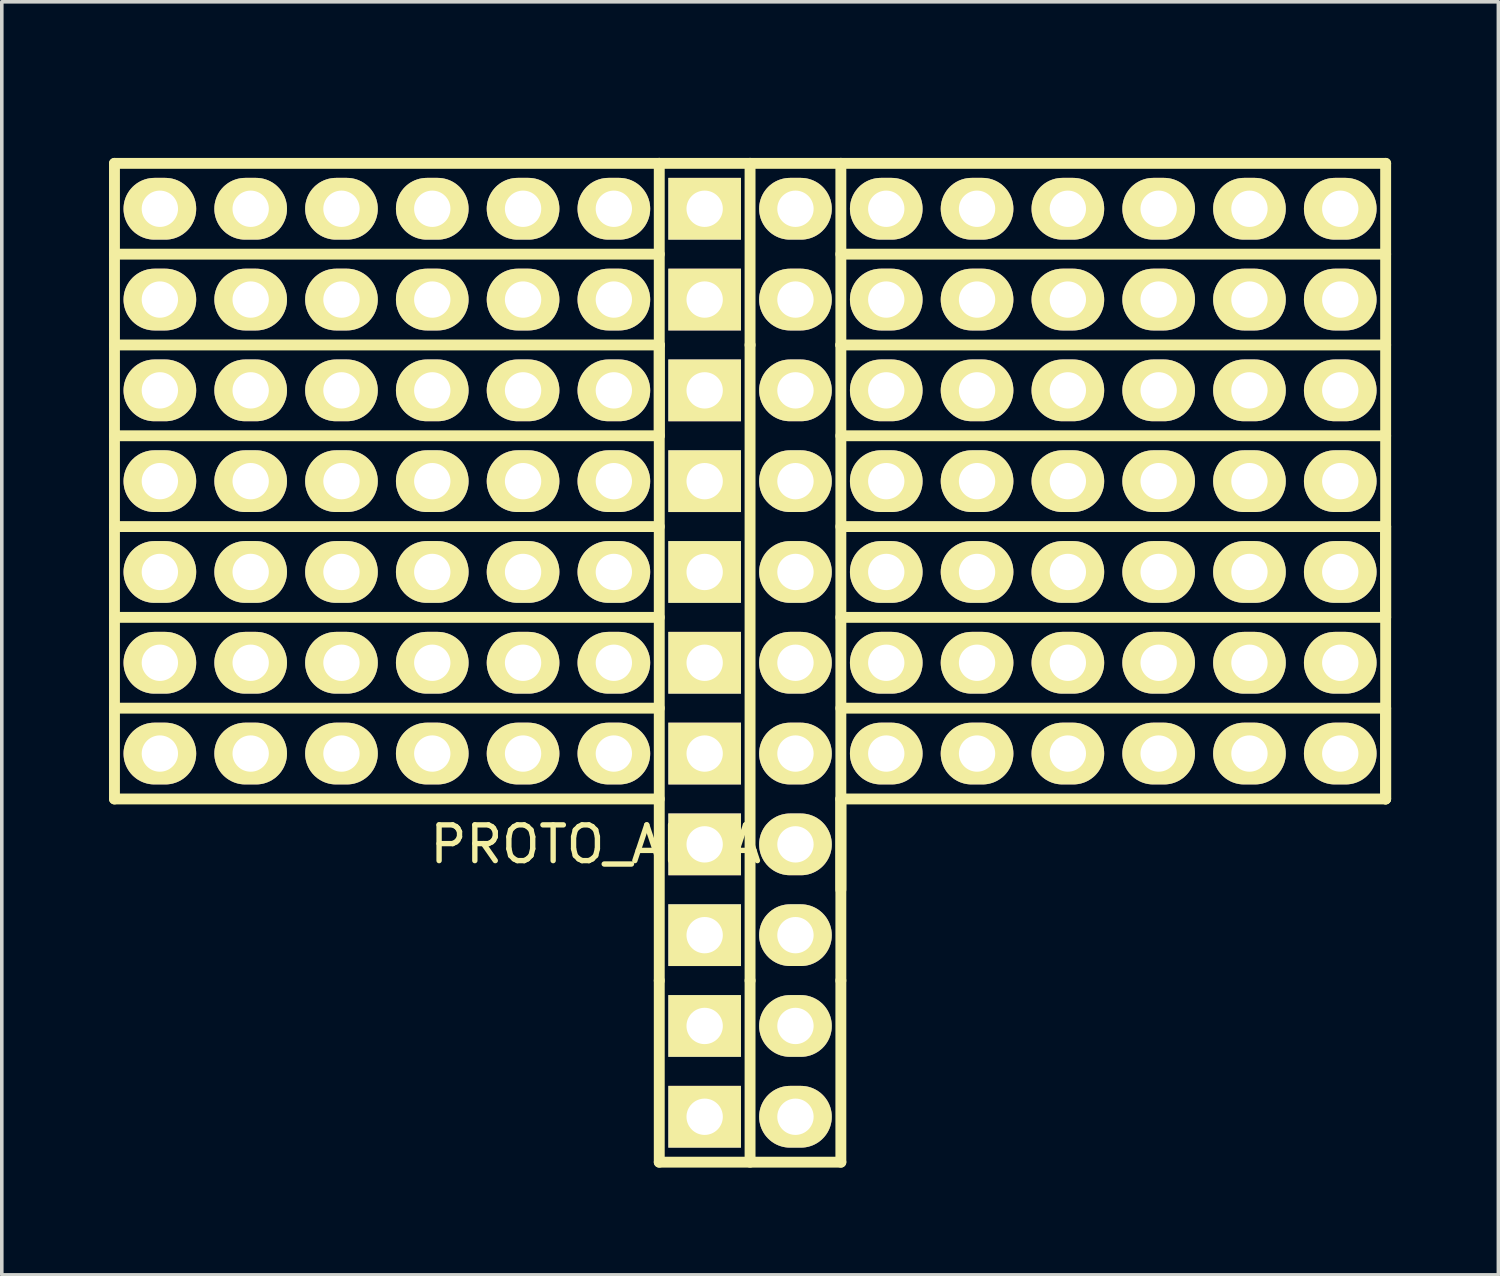
<source format=kicad_pcb>
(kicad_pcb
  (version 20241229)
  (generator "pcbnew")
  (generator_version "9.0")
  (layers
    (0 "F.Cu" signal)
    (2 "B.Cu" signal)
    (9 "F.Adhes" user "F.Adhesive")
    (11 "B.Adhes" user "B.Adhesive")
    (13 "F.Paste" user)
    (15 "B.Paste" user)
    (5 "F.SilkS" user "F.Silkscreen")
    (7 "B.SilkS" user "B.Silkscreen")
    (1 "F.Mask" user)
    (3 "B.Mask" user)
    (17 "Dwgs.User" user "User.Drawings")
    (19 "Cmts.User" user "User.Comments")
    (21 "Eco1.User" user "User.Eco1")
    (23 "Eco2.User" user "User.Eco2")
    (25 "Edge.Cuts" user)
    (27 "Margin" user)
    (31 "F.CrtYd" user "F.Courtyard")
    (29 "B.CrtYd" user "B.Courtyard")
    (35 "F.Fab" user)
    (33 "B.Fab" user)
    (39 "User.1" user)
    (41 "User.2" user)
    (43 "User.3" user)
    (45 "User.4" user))
  (footprint "PROTO_AREA"
    (layer "F.Cu")
    (at 14.122 0.25)
    (property "Reference" "PROTO_AREA" (at -0.508 20.32 0) (layer "F.SilkS") (effects (font (size 1 1) (thickness 0.15))))
    (attr through_hole)
    (fp_line (start -13.97 1.27) (end -13.97 19.05) (stroke (width 0.305) (type solid)) (layer "F.SilkS"))
    (fp_line (start -13.97 1.27) (end 1.27 1.27) (stroke (width 0.305) (type solid)) (layer "F.SilkS"))
    (fp_line (start -13.97 19.05) (end 1.27 19.05) (stroke (width 0.305) (type solid)) (layer "F.SilkS"))
    (fp_line (start 1.27 1.27) (end 3.81 1.27) (stroke (width 0.305) (type solid)) (layer "F.SilkS"))
    (fp_line (start 1.27 3.81) (end -13.97 3.81) (stroke (width 0.305) (type solid)) (layer "F.SilkS"))
    (fp_line (start 1.27 6.35) (end -13.97 6.35) (stroke (width 0.305) (type solid)) (layer "F.SilkS"))
    (fp_line (start 1.27 6.35) (end 1.27 1.27) (stroke (width 0.305) (type solid)) (layer "F.SilkS"))
    (fp_line (start 1.27 6.35) (end 1.27 8.89) (stroke (width 0.305) (type solid)) (layer "F.SilkS"))
    (fp_line (start 1.27 8.89) (end -13.97 8.89) (stroke (width 0.305) (type solid)) (layer "F.SilkS"))
    (fp_line (start 1.27 11.43) (end -13.97 11.43) (stroke (width 0.305) (type solid)) (layer "F.SilkS"))
    (fp_line (start 1.27 13.97) (end -13.97 13.97) (stroke (width 0.305) (type solid)) (layer "F.SilkS"))
    (fp_line (start 1.27 16.51) (end -13.97 16.51) (stroke (width 0.305) (type solid)) (layer "F.SilkS"))
    (fp_line (start 1.27 24.13) (end 1.27 6.35) (stroke (width 0.305) (type solid)) (layer "F.SilkS"))
    (fp_line (start 1.27 24.13) (end 1.27 29.21) (stroke (width 0.305) (type solid)) (layer "F.SilkS"))
    (fp_line (start 1.27 29.21) (end 6.35 29.21) (stroke (width 0.305) (type solid)) (layer "F.SilkS"))
    (fp_line (start 3.81 1.27) (end 6.35 1.27) (stroke (width 0.305) (type solid)) (layer "F.SilkS"))
    (fp_line (start 3.81 6.35) (end 3.81 1.27) (stroke (width 0.305) (type solid)) (layer "F.SilkS"))
    (fp_line (start 3.81 6.35) (end 3.81 24.13) (stroke (width 0.305) (type solid)) (layer "F.SilkS"))
    (fp_line (start 3.81 24.13) (end 3.81 29.21) (stroke (width 0.305) (type solid)) (layer "F.SilkS"))
    (fp_line (start 6.35 1.27) (end 6.35 6.35) (stroke (width 0.305) (type solid)) (layer "F.SilkS"))
    (fp_line (start 6.35 1.27) (end 21.59 1.27) (stroke (width 0.305) (type solid)) (layer "F.SilkS"))
    (fp_line (start 6.35 3.81) (end 21.59 3.81) (stroke (width 0.305) (type solid)) (layer "F.SilkS"))
    (fp_line (start 6.35 6.35) (end 6.35 24.13) (stroke (width 0.305) (type solid)) (layer "F.SilkS"))
    (fp_line (start 6.35 6.35) (end 21.59 6.35) (stroke (width 0.305) (type solid)) (layer "F.SilkS"))
    (fp_line (start 6.35 8.89) (end 21.59 8.89) (stroke (width 0.305) (type solid)) (layer "F.SilkS"))
    (fp_line (start 6.35 13.97) (end 21.59 13.97) (stroke (width 0.305) (type solid)) (layer "F.SilkS"))
    (fp_line (start 6.35 19.05) (end 21.59 19.05) (stroke (width 0.305) (type solid)) (layer "F.SilkS"))
    (fp_line (start 6.35 21.59) (end 6.35 19.05) (stroke (width 0.305) (type solid)) (layer "F.SilkS"))
    (fp_line (start 6.35 29.21) (end 6.35 24.13) (stroke (width 0.305) (type solid)) (layer "F.SilkS"))
    (fp_line (start 21.59 11.43) (end 6.35 11.43) (stroke (width 0.305) (type solid)) (layer "F.SilkS"))
    (fp_line (start 21.59 13.97) (end 21.59 11.43) (stroke (width 0.305) (type solid)) (layer "F.SilkS"))
    (fp_line (start 21.59 16.51) (end 6.35 16.51) (stroke (width 0.305) (type solid)) (layer "F.SilkS"))
    (fp_line (start 21.59 19.05) (end 21.59 1.27) (stroke (width 0.305) (type solid)) (layer "F.SilkS"))
    (fp_line (start 21.59 19.05) (end 21.59 16.51) (stroke (width 0.305) (type solid)) (layer "F.SilkS"))
    (pad "1" thru_hole rect (at 2.54 2.54) (size 2.032 1.727) (drill 1.016) (layers "*.Cu" "*.Mask" "F.SilkS"))
    (pad "1" thru_hole rect (at 2.54 5.08) (size 2.032 1.727) (drill 1.016) (layers "*.Cu" "*.Mask" "F.SilkS"))
    (pad "1" thru_hole rect (at 2.54 7.62) (size 2.032 1.727) (drill 1.016) (layers "*.Cu" "*.Mask" "F.SilkS"))
    (pad "1" thru_hole rect (at 2.54 10.16) (size 2.032 1.727) (drill 1.016) (layers "*.Cu" "*.Mask" "F.SilkS"))
    (pad "1" thru_hole rect (at 2.54 12.7) (size 2.032 1.727) (drill 1.016) (layers "*.Cu" "*.Mask" "F.SilkS"))
    (pad "1" thru_hole rect (at 2.54 15.24) (size 2.032 1.727) (drill 1.016) (layers "*.Cu" "*.Mask" "F.SilkS"))
    (pad "1" thru_hole rect (at 2.54 17.78) (size 2.032 1.727) (drill 1.016) (layers "*.Cu" "*.Mask" "F.SilkS"))
    (pad "1" thru_hole rect (at 2.54 20.32) (size 2.032 1.727) (drill 1.016) (layers "*.Cu" "*.Mask" "F.SilkS"))
    (pad "1" thru_hole rect (at 2.54 22.86) (size 2.032 1.727) (drill 1.016) (layers "*.Cu" "*.Mask" "F.SilkS"))
    (pad "1" thru_hole rect (at 2.54 25.4) (size 2.032 1.727) (drill 1.016) (layers "*.Cu" "*.Mask" "F.SilkS"))
    (pad "1" thru_hole rect (at 2.54 27.94) (size 2.032 1.727) (drill 1.016) (layers "*.Cu" "*.Mask" "F.SilkS"))
    (pad "2" thru_hole oval (at 5.08 2.54) (size 2.032 1.727) (drill 1.016) (layers "*.Cu" "*.Mask" "F.SilkS"))
    (pad "2" thru_hole oval (at 5.08 5.08) (size 2.032 1.727) (drill 1.016) (layers "*.Cu" "*.Mask" "F.SilkS"))
    (pad "2" thru_hole oval (at 5.08 7.62) (size 2.032 1.727) (drill 1.016) (layers "*.Cu" "*.Mask" "F.SilkS"))
    (pad "2" thru_hole oval (at 5.08 10.16) (size 2.032 1.727) (drill 1.016) (layers "*.Cu" "*.Mask" "F.SilkS"))
    (pad "2" thru_hole oval (at 5.08 12.7) (size 2.032 1.727) (drill 1.016) (layers "*.Cu" "*.Mask" "F.SilkS"))
    (pad "2" thru_hole oval (at 5.08 15.24) (size 2.032 1.727) (drill 1.016) (layers "*.Cu" "*.Mask" "F.SilkS"))
    (pad "2" thru_hole oval (at 5.08 17.78) (size 2.032 1.727) (drill 1.016) (layers "*.Cu" "*.Mask" "F.SilkS"))
    (pad "2" thru_hole oval (at 5.08 20.32) (size 2.032 1.727) (drill 1.016) (layers "*.Cu" "*.Mask" "F.SilkS"))
    (pad "2" thru_hole oval (at 5.08 22.86) (size 2.032 1.727) (drill 1.016) (layers "*.Cu" "*.Mask" "F.SilkS"))
    (pad "2" thru_hole oval (at 5.08 25.4) (size 2.032 1.727) (drill 1.016) (layers "*.Cu" "*.Mask" "F.SilkS"))
    (pad "2" thru_hole oval (at 5.08 27.94) (size 2.032 1.727) (drill 1.016) (layers "*.Cu" "*.Mask" "F.SilkS"))
    (pad "3" thru_hole oval (at -12.7 2.54) (size 2.032 1.727) (drill 1.016) (layers "*.Cu" "*.Mask" "F.SilkS"))
    (pad "3" thru_hole oval (at -10.16 2.54) (size 2.032 1.727) (drill 1.016) (layers "*.Cu" "*.Mask" "F.SilkS"))
    (pad "3" thru_hole oval (at -7.62 2.54) (size 2.032 1.727) (drill 1.016) (layers "*.Cu" "*.Mask" "F.SilkS"))
    (pad "3" thru_hole oval (at -5.08 2.54) (size 2.032 1.727) (drill 1.016) (layers "*.Cu" "*.Mask" "F.SilkS"))
    (pad "3" thru_hole oval (at -2.54 2.54) (size 2.032 1.727) (drill 1.016) (layers "*.Cu" "*.Mask" "F.SilkS"))
    (pad "3" thru_hole oval (at 0 2.54) (size 2.032 1.727) (drill 1.016) (layers "*.Cu" "*.Mask" "F.SilkS"))
    (pad "4" thru_hole oval (at -12.7 5.08) (size 2.032 1.727) (drill 1.016) (layers "*.Cu" "*.Mask" "F.SilkS"))
    (pad "4" thru_hole oval (at -10.16 5.08) (size 2.032 1.727) (drill 1.016) (layers "*.Cu" "*.Mask" "F.SilkS"))
    (pad "4" thru_hole oval (at -7.62 5.08) (size 2.032 1.727) (drill 1.016) (layers "*.Cu" "*.Mask" "F.SilkS"))
    (pad "4" thru_hole oval (at -5.08 5.08) (size 2.032 1.727) (drill 1.016) (layers "*.Cu" "*.Mask" "F.SilkS"))
    (pad "4" thru_hole oval (at -2.54 5.08) (size 2.032 1.727) (drill 1.016) (layers "*.Cu" "*.Mask" "F.SilkS"))
    (pad "4" thru_hole oval (at 0 5.08) (size 2.032 1.727) (drill 1.016) (layers "*.Cu" "*.Mask" "F.SilkS"))
    (pad "5" thru_hole oval (at -12.7 7.62) (size 2.032 1.727) (drill 1.016) (layers "*.Cu" "*.Mask" "F.SilkS"))
    (pad "5" thru_hole oval (at -10.16 7.62) (size 2.032 1.727) (drill 1.016) (layers "*.Cu" "*.Mask" "F.SilkS"))
    (pad "5" thru_hole oval (at -7.62 7.62) (size 2.032 1.727) (drill 1.016) (layers "*.Cu" "*.Mask" "F.SilkS"))
    (pad "5" thru_hole oval (at -5.08 7.62) (size 2.032 1.727) (drill 1.016) (layers "*.Cu" "*.Mask" "F.SilkS"))
    (pad "5" thru_hole oval (at -2.54 7.62) (size 2.032 1.727) (drill 1.016) (layers "*.Cu" "*.Mask" "F.SilkS"))
    (pad "5" thru_hole oval (at 0 7.62) (size 2.032 1.727) (drill 1.016) (layers "*.Cu" "*.Mask" "F.SilkS"))
    (pad "6" thru_hole oval (at -12.7 10.16) (size 2.032 1.727) (drill 1.016) (layers "*.Cu" "*.Mask" "F.SilkS"))
    (pad "6" thru_hole oval (at -10.16 10.16) (size 2.032 1.727) (drill 1.016) (layers "*.Cu" "*.Mask" "F.SilkS"))
    (pad "6" thru_hole oval (at -7.62 10.16) (size 2.032 1.727) (drill 1.016) (layers "*.Cu" "*.Mask" "F.SilkS"))
    (pad "6" thru_hole oval (at -5.08 10.16) (size 2.032 1.727) (drill 1.016) (layers "*.Cu" "*.Mask" "F.SilkS"))
    (pad "6" thru_hole oval (at -2.54 10.16) (size 2.032 1.727) (drill 1.016) (layers "*.Cu" "*.Mask" "F.SilkS"))
    (pad "6" thru_hole oval (at 0 10.16) (size 2.032 1.727) (drill 1.016) (layers "*.Cu" "*.Mask" "F.SilkS"))
    (pad "7" thru_hole oval (at -12.7 12.7) (size 2.032 1.727) (drill 1.016) (layers "*.Cu" "*.Mask" "F.SilkS"))
    (pad "7" thru_hole oval (at -10.16 12.7) (size 2.032 1.727) (drill 1.016) (layers "*.Cu" "*.Mask" "F.SilkS"))
    (pad "7" thru_hole oval (at -7.62 12.7) (size 2.032 1.727) (drill 1.016) (layers "*.Cu" "*.Mask" "F.SilkS"))
    (pad "7" thru_hole oval (at -5.08 12.7) (size 2.032 1.727) (drill 1.016) (layers "*.Cu" "*.Mask" "F.SilkS"))
    (pad "7" thru_hole oval (at -2.54 12.7) (size 2.032 1.727) (drill 1.016) (layers "*.Cu" "*.Mask" "F.SilkS"))
    (pad "7" thru_hole oval (at 0 12.7) (size 2.032 1.727) (drill 1.016) (layers "*.Cu" "*.Mask" "F.SilkS"))
    (pad "8" thru_hole oval (at -12.7 15.24) (size 2.032 1.727) (drill 1.016) (layers "*.Cu" "*.Mask" "F.SilkS"))
    (pad "8" thru_hole oval (at -10.16 15.24) (size 2.032 1.727) (drill 1.016) (layers "*.Cu" "*.Mask" "F.SilkS"))
    (pad "8" thru_hole oval (at -7.62 15.24) (size 2.032 1.727) (drill 1.016) (layers "*.Cu" "*.Mask" "F.SilkS"))
    (pad "8" thru_hole oval (at -5.08 15.24) (size 2.032 1.727) (drill 1.016) (layers "*.Cu" "*.Mask" "F.SilkS"))
    (pad "8" thru_hole oval (at -2.54 15.24) (size 2.032 1.727) (drill 1.016) (layers "*.Cu" "*.Mask" "F.SilkS"))
    (pad "8" thru_hole oval (at 0 15.24) (size 2.032 1.727) (drill 1.016) (layers "*.Cu" "*.Mask" "F.SilkS"))
    (pad "9" thru_hole oval (at -12.7 17.78) (size 2.032 1.727) (drill 1.016) (layers "*.Cu" "*.Mask" "F.SilkS"))
    (pad "9" thru_hole oval (at -10.16 17.78) (size 2.032 1.727) (drill 1.016) (layers "*.Cu" "*.Mask" "F.SilkS"))
    (pad "9" thru_hole oval (at -7.62 17.78) (size 2.032 1.727) (drill 1.016) (layers "*.Cu" "*.Mask" "F.SilkS"))
    (pad "9" thru_hole oval (at -5.08 17.78) (size 2.032 1.727) (drill 1.016) (layers "*.Cu" "*.Mask" "F.SilkS"))
    (pad "9" thru_hole oval (at -2.54 17.78) (size 2.032 1.727) (drill 1.016) (layers "*.Cu" "*.Mask" "F.SilkS"))
    (pad "9" thru_hole oval (at 0 17.78) (size 2.032 1.727) (drill 1.016) (layers "*.Cu" "*.Mask" "F.SilkS"))
    (pad "10" thru_hole oval (at 7.62 17.78) (size 2.032 1.727) (drill 1.016) (layers "*.Cu" "*.Mask" "F.SilkS"))
    (pad "10" thru_hole oval (at 10.16 17.78) (size 2.032 1.727) (drill 1.016) (layers "*.Cu" "*.Mask" "F.SilkS"))
    (pad "10" thru_hole oval (at 12.7 17.78) (size 2.032 1.727) (drill 1.016) (layers "*.Cu" "*.Mask" "F.SilkS"))
    (pad "10" thru_hole oval (at 15.24 17.78) (size 2.032 1.727) (drill 1.016) (layers "*.Cu" "*.Mask" "F.SilkS"))
    (pad "10" thru_hole oval (at 17.78 17.78) (size 2.032 1.727) (drill 1.016) (layers "*.Cu" "*.Mask" "F.SilkS"))
    (pad "10" thru_hole oval (at 20.32 17.78) (size 2.032 1.727) (drill 1.016) (layers "*.Cu" "*.Mask" "F.SilkS"))
    (pad "11" thru_hole oval (at 7.62 15.24) (size 2.032 1.727) (drill 1.016) (layers "*.Cu" "*.Mask" "F.SilkS"))
    (pad "11" thru_hole oval (at 10.16 15.24) (size 2.032 1.727) (drill 1.016) (layers "*.Cu" "*.Mask" "F.SilkS"))
    (pad "11" thru_hole oval (at 12.7 15.24) (size 2.032 1.727) (drill 1.016) (layers "*.Cu" "*.Mask" "F.SilkS"))
    (pad "11" thru_hole oval (at 15.24 15.24) (size 2.032 1.727) (drill 1.016) (layers "*.Cu" "*.Mask" "F.SilkS"))
    (pad "11" thru_hole oval (at 17.78 15.24) (size 2.032 1.727) (drill 1.016) (layers "*.Cu" "*.Mask" "F.SilkS"))
    (pad "11" thru_hole oval (at 20.32 15.24) (size 2.032 1.727) (drill 1.016) (layers "*.Cu" "*.Mask" "F.SilkS"))
    (pad "12" thru_hole oval (at 7.62 12.7) (size 2.032 1.727) (drill 1.016) (layers "*.Cu" "*.Mask" "F.SilkS"))
    (pad "12" thru_hole oval (at 10.16 12.7) (size 2.032 1.727) (drill 1.016) (layers "*.Cu" "*.Mask" "F.SilkS"))
    (pad "12" thru_hole oval (at 12.7 12.7) (size 2.032 1.727) (drill 1.016) (layers "*.Cu" "*.Mask" "F.SilkS"))
    (pad "12" thru_hole oval (at 15.24 12.7) (size 2.032 1.727) (drill 1.016) (layers "*.Cu" "*.Mask" "F.SilkS"))
    (pad "12" thru_hole oval (at 17.78 12.7) (size 2.032 1.727) (drill 1.016) (layers "*.Cu" "*.Mask" "F.SilkS"))
    (pad "12" thru_hole oval (at 20.32 12.7) (size 2.032 1.727) (drill 1.016) (layers "*.Cu" "*.Mask" "F.SilkS"))
    (pad "13" thru_hole oval (at 7.62 10.16) (size 2.032 1.727) (drill 1.016) (layers "*.Cu" "*.Mask" "F.SilkS"))
    (pad "13" thru_hole oval (at 10.16 10.16) (size 2.032 1.727) (drill 1.016) (layers "*.Cu" "*.Mask" "F.SilkS"))
    (pad "13" thru_hole oval (at 12.7 10.16) (size 2.032 1.727) (drill 1.016) (layers "*.Cu" "*.Mask" "F.SilkS"))
    (pad "13" thru_hole oval (at 15.24 10.16) (size 2.032 1.727) (drill 1.016) (layers "*.Cu" "*.Mask" "F.SilkS"))
    (pad "13" thru_hole oval (at 17.78 10.16) (size 2.032 1.727) (drill 1.016) (layers "*.Cu" "*.Mask" "F.SilkS"))
    (pad "13" thru_hole oval (at 20.32 10.16) (size 2.032 1.727) (drill 1.016) (layers "*.Cu" "*.Mask" "F.SilkS"))
    (pad "14" thru_hole oval (at 7.62 7.62) (size 2.032 1.727) (drill 1.016) (layers "*.Cu" "*.Mask" "F.SilkS"))
    (pad "14" thru_hole oval (at 10.16 7.62) (size 2.032 1.727) (drill 1.016) (layers "*.Cu" "*.Mask" "F.SilkS"))
    (pad "14" thru_hole oval (at 12.7 7.62) (size 2.032 1.727) (drill 1.016) (layers "*.Cu" "*.Mask" "F.SilkS"))
    (pad "14" thru_hole oval (at 15.24 7.62) (size 2.032 1.727) (drill 1.016) (layers "*.Cu" "*.Mask" "F.SilkS"))
    (pad "14" thru_hole oval (at 17.78 7.62) (size 2.032 1.727) (drill 1.016) (layers "*.Cu" "*.Mask" "F.SilkS"))
    (pad "14" thru_hole oval (at 20.32 7.62) (size 2.032 1.727) (drill 1.016) (layers "*.Cu" "*.Mask" "F.SilkS"))
    (pad "15" thru_hole oval (at 7.62 5.08) (size 2.032 1.727) (drill 1.016) (layers "*.Cu" "*.Mask" "F.SilkS"))
    (pad "15" thru_hole oval (at 10.16 5.08) (size 2.032 1.727) (drill 1.016) (layers "*.Cu" "*.Mask" "F.SilkS"))
    (pad "15" thru_hole oval (at 12.7 5.08) (size 2.032 1.727) (drill 1.016) (layers "*.Cu" "*.Mask" "F.SilkS"))
    (pad "15" thru_hole oval (at 15.24 5.08) (size 2.032 1.727) (drill 1.016) (layers "*.Cu" "*.Mask" "F.SilkS"))
    (pad "15" thru_hole oval (at 17.78 5.08) (size 2.032 1.727) (drill 1.016) (layers "*.Cu" "*.Mask" "F.SilkS"))
    (pad "15" thru_hole oval (at 20.32 5.08) (size 2.032 1.727) (drill 1.016) (layers "*.Cu" "*.Mask" "F.SilkS"))
    (pad "16" thru_hole oval (at 7.62 2.54) (size 2.032 1.727) (drill 1.016) (layers "*.Cu" "*.Mask" "F.SilkS"))
    (pad "16" thru_hole oval (at 10.16 2.54) (size 2.032 1.727) (drill 1.016) (layers "*.Cu" "*.Mask" "F.SilkS"))
    (pad "16" thru_hole oval (at 12.7 2.54) (size 2.032 1.727) (drill 1.016) (layers "*.Cu" "*.Mask" "F.SilkS"))
    (pad "16" thru_hole oval (at 15.24 2.54) (size 2.032 1.727) (drill 1.016) (layers "*.Cu" "*.Mask" "F.SilkS"))
    (pad "16" thru_hole oval (at 17.78 2.54) (size 2.032 1.727) (drill 1.016) (layers "*.Cu" "*.Mask" "F.SilkS"))
    (pad "16" thru_hole oval (at 20.32 2.54) (size 2.032 1.727) (drill 1.016) (layers "*.Cu" "*.Mask" "F.SilkS")))
  (gr_rect
    (start -3 -3)
    (end 38.865 32.612)
    (stroke (width 0.1) (type default))
    (fill no)
    (layer "Edge.Cuts")))
</source>
